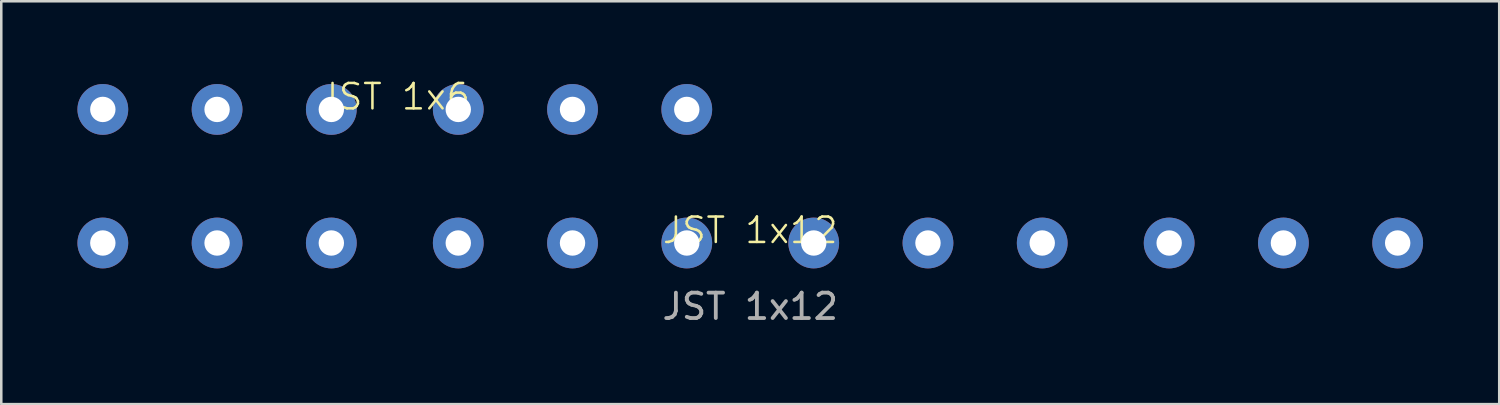
<source format=kicad_pcb>
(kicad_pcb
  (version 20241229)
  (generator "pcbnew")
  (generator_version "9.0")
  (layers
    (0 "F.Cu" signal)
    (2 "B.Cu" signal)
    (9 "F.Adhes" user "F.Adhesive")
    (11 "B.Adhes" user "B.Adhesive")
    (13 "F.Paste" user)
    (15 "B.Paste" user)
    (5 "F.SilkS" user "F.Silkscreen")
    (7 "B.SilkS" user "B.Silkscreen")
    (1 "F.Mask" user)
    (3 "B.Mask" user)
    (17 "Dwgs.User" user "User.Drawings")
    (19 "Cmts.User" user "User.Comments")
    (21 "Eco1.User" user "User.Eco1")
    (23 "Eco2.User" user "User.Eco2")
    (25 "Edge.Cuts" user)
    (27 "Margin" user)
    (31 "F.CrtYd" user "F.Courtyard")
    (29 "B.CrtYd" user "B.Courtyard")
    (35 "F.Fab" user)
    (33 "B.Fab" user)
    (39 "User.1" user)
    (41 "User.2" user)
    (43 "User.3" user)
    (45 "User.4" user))
  (footprint "JST 1x6"
    (layer "F.Cu")
    (at 12.5 1.26)
    (property "Reference" "JST 1x6" (at 0 -0.5 0) (unlocked yes) (layer "F.SilkS") (effects (font (size 1 1) (thickness 0.1))))
    (attr through_hole)
    (pad "1" thru_hole circle (at -11.5 0) (size 2 2) (drill 1) (layers "*.Cu" "*.Mask"))
    (pad "2" thru_hole circle (at -7 0) (size 2 2) (drill 1) (layers "*.Cu" "*.Mask"))
    (pad "3" thru_hole circle (at -2.5 0) (size 2 2) (drill 1) (layers "*.Cu" "*.Mask"))
    (pad "4" thru_hole circle (at 2.5 0) (size 2 2) (drill 1) (layers "*.Cu" "*.Mask"))
    (pad "5" thru_hole circle (at 7 0) (size 2 2) (drill 1) (layers "*.Cu" "*.Mask"))
    (pad "6" thru_hole circle (at 11.5 0) (size 2 2) (drill 1) (layers "*.Cu" "*.Mask")))
  (footprint "JST 1x12"
    (layer "F.Cu")
    (at 26.5 6.521)
    (property "Reference" "JST 1x12" (at 0 -0.5 0) (unlocked yes) (layer "F.SilkS") (effects (font (size 1 1) (thickness 0.1))))
    (attr through_hole)
    (fp_text user "${REFERENCE}" (at 0 2.5 0) (unlocked yes) (layer "F.Fab") (effects (font (size 1 1) (thickness 0.15))))
    (pad "1" thru_hole circle (at -25.5 0) (size 2 2) (drill 1) (layers "*.Cu" "*.Mask"))
    (pad "2" thru_hole circle (at -21 0) (size 2 2) (drill 1) (layers "*.Cu" "*.Mask"))
    (pad "3" thru_hole circle (at -16.5 0) (size 2 2) (drill 1) (layers "*.Cu" "*.Mask"))
    (pad "4" thru_hole circle (at -11.5 0) (size 2 2) (drill 1) (layers "*.Cu" "*.Mask"))
    (pad "5" thru_hole circle (at -7 0) (size 2 2) (drill 1) (layers "*.Cu" "*.Mask"))
    (pad "6" thru_hole circle (at -2.5 0) (size 2 2) (drill 1) (layers "*.Cu" "*.Mask"))
    (pad "7" thru_hole circle (at 2.5 0 180) (size 2 2) (drill 1) (layers "*.Cu" "*.Mask"))
    (pad "8" thru_hole circle (at 7 0 180) (size 2 2) (drill 1) (layers "*.Cu" "*.Mask"))
    (pad "9" thru_hole circle (at 11.5 0 180) (size 2 2) (drill 1) (layers "*.Cu" "*.Mask"))
    (pad "10" thru_hole circle (at 16.5 0 180) (size 2 2) (drill 1) (layers "*.Cu" "*.Mask"))
    (pad "11" thru_hole circle (at 21 0 180) (size 2 2) (drill 1) (layers "*.Cu" "*.Mask"))
    (pad "12" thru_hole circle (at 25.5 0 180) (size 2 2) (drill 1) (layers "*.Cu" "*.Mask")))
  (gr_rect
    (start -3 -3)
    (end 56 12.869)
    (stroke (width 0.1) (type default))
    (fill no)
    (layer "Edge.Cuts")))
</source>
